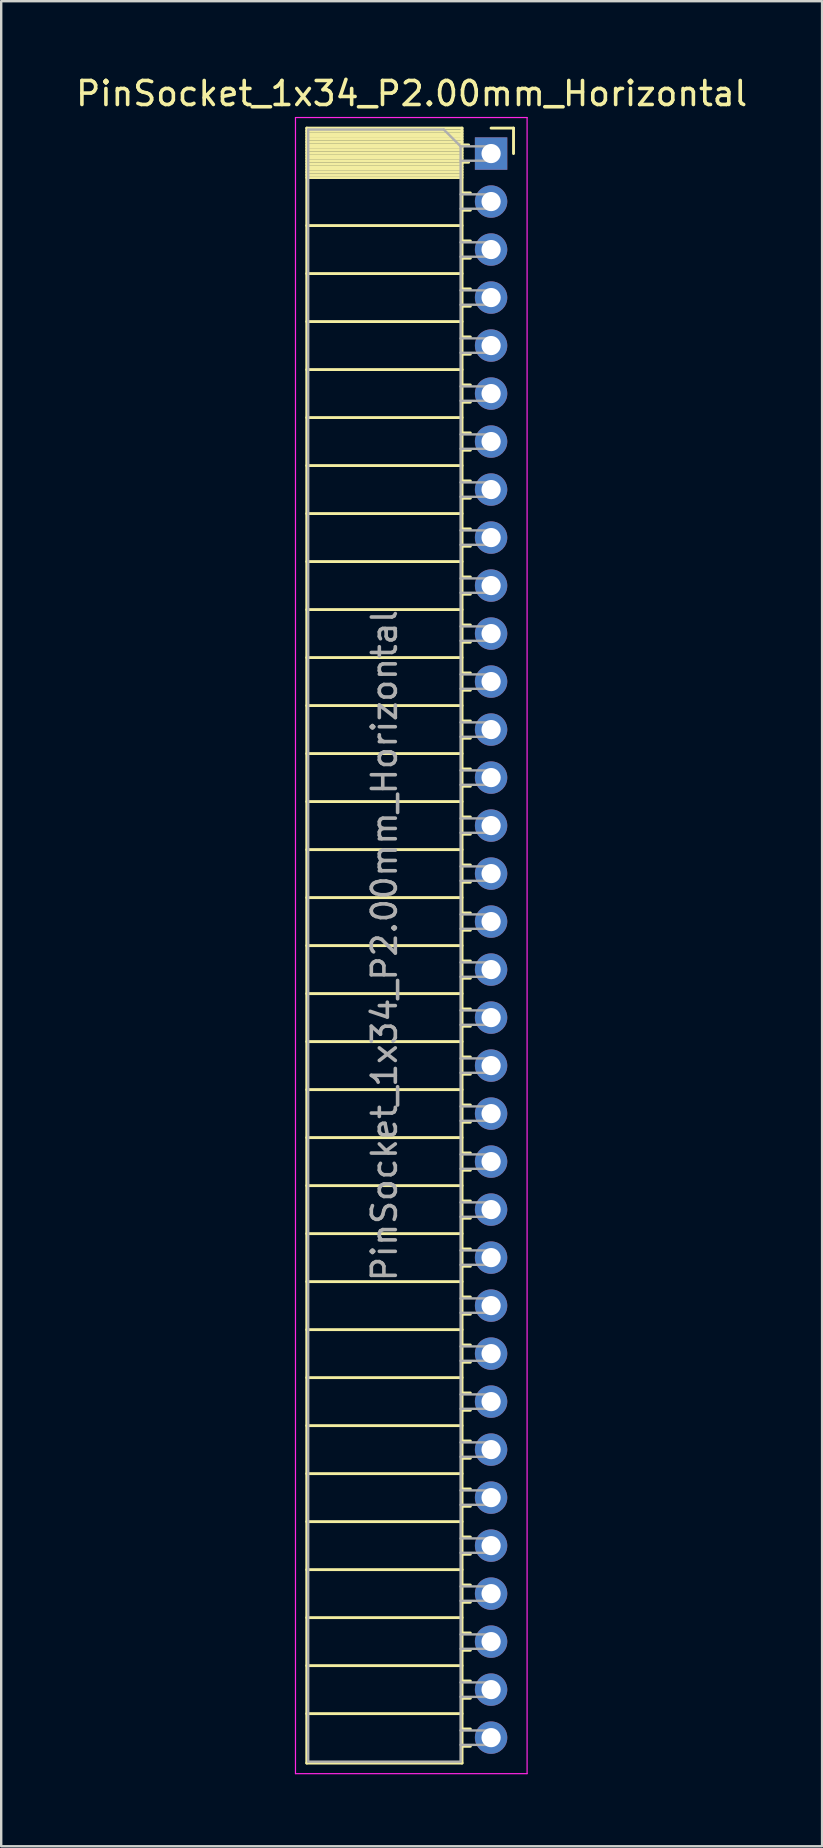
<source format=kicad_pcb>
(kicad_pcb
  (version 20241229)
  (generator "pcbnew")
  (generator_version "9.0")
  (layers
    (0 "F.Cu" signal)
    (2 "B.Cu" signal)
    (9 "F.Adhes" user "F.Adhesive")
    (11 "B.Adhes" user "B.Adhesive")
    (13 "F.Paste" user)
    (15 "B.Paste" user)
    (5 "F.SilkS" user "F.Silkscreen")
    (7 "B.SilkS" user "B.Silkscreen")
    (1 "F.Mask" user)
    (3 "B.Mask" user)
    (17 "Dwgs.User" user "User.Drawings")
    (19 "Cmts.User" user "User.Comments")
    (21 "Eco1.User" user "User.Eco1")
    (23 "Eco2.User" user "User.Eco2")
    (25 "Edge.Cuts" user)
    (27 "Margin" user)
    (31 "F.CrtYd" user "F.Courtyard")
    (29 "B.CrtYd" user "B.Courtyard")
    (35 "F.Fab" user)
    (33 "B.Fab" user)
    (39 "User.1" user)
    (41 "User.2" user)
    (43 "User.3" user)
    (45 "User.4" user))
  (footprint "PinSocket_1x34_P2.00mm_Horizontal"
    (layer "F.Cu")
    (at 17.411 3.348)
    (property "Reference" "PinSocket_1x34_P2.00mm_Horizontal" (at -3.31 -2.5 0) (layer "F.SilkS") (effects (font (size 1 1) (thickness 0.15))))
    (attr through_hole)
    (fp_line (start -7.68 -1.06) (end -7.68 67.06) (stroke (width 0.12) (type solid)) (layer "F.SilkS"))
    (fp_line (start -7.68 -1.06) (end -1.21 -1.06) (stroke (width 0.12) (type solid)) (layer "F.SilkS"))
    (fp_line (start -7.68 -0.94) (end -1.21 -0.94) (stroke (width 0.12) (type solid)) (layer "F.SilkS"))
    (fp_line (start -7.68 -0.826) (end -1.21 -0.826) (stroke (width 0.12) (type solid)) (layer "F.SilkS"))
    (fp_line (start -7.68 -0.712) (end -1.21 -0.712) (stroke (width 0.12) (type solid)) (layer "F.SilkS"))
    (fp_line (start -7.68 -0.598) (end -1.21 -0.598) (stroke (width 0.12) (type solid)) (layer "F.SilkS"))
    (fp_line (start -7.68 -0.484) (end -1.21 -0.484) (stroke (width 0.12) (type solid)) (layer "F.SilkS"))
    (fp_line (start -7.68 -0.369) (end -1.21 -0.369) (stroke (width 0.12) (type solid)) (layer "F.SilkS"))
    (fp_line (start -7.68 -0.255) (end -1.21 -0.255) (stroke (width 0.12) (type solid)) (layer "F.SilkS"))
    (fp_line (start -7.68 -0.141) (end -1.21 -0.141) (stroke (width 0.12) (type solid)) (layer "F.SilkS"))
    (fp_line (start -7.68 -0.027) (end -1.21 -0.027) (stroke (width 0.12) (type solid)) (layer "F.SilkS"))
    (fp_line (start -7.68 0.087) (end -1.21 0.087) (stroke (width 0.12) (type solid)) (layer "F.SilkS"))
    (fp_line (start -7.68 0.201) (end -1.21 0.201) (stroke (width 0.12) (type solid)) (layer "F.SilkS"))
    (fp_line (start -7.68 0.315) (end -1.21 0.315) (stroke (width 0.12) (type solid)) (layer "F.SilkS"))
    (fp_line (start -7.68 0.429) (end -1.21 0.429) (stroke (width 0.12) (type solid)) (layer "F.SilkS"))
    (fp_line (start -7.68 0.544) (end -1.21 0.544) (stroke (width 0.12) (type solid)) (layer "F.SilkS"))
    (fp_line (start -7.68 0.658) (end -1.21 0.658) (stroke (width 0.12) (type solid)) (layer "F.SilkS"))
    (fp_line (start -7.68 0.772) (end -1.21 0.772) (stroke (width 0.12) (type solid)) (layer "F.SilkS"))
    (fp_line (start -7.68 0.886) (end -1.21 0.886) (stroke (width 0.12) (type solid)) (layer "F.SilkS"))
    (fp_line (start -7.68 1) (end -1.21 1) (stroke (width 0.12) (type solid)) (layer "F.SilkS"))
    (fp_line (start -7.68 3) (end -1.21 3) (stroke (width 0.12) (type solid)) (layer "F.SilkS"))
    (fp_line (start -7.68 5) (end -1.21 5) (stroke (width 0.12) (type solid)) (layer "F.SilkS"))
    (fp_line (start -7.68 7) (end -1.21 7) (stroke (width 0.12) (type solid)) (layer "F.SilkS"))
    (fp_line (start -7.68 9) (end -1.21 9) (stroke (width 0.12) (type solid)) (layer "F.SilkS"))
    (fp_line (start -7.68 11) (end -1.21 11) (stroke (width 0.12) (type solid)) (layer "F.SilkS"))
    (fp_line (start -7.68 13) (end -1.21 13) (stroke (width 0.12) (type solid)) (layer "F.SilkS"))
    (fp_line (start -7.68 15) (end -1.21 15) (stroke (width 0.12) (type solid)) (layer "F.SilkS"))
    (fp_line (start -7.68 17) (end -1.21 17) (stroke (width 0.12) (type solid)) (layer "F.SilkS"))
    (fp_line (start -7.68 19) (end -1.21 19) (stroke (width 0.12) (type solid)) (layer "F.SilkS"))
    (fp_line (start -7.68 21) (end -1.21 21) (stroke (width 0.12) (type solid)) (layer "F.SilkS"))
    (fp_line (start -7.68 23) (end -1.21 23) (stroke (width 0.12) (type solid)) (layer "F.SilkS"))
    (fp_line (start -7.68 25) (end -1.21 25) (stroke (width 0.12) (type solid)) (layer "F.SilkS"))
    (fp_line (start -7.68 27) (end -1.21 27) (stroke (width 0.12) (type solid)) (layer "F.SilkS"))
    (fp_line (start -7.68 29) (end -1.21 29) (stroke (width 0.12) (type solid)) (layer "F.SilkS"))
    (fp_line (start -7.68 31) (end -1.21 31) (stroke (width 0.12) (type solid)) (layer "F.SilkS"))
    (fp_line (start -7.68 33) (end -1.21 33) (stroke (width 0.12) (type solid)) (layer "F.SilkS"))
    (fp_line (start -7.68 35) (end -1.21 35) (stroke (width 0.12) (type solid)) (layer "F.SilkS"))
    (fp_line (start -7.68 37) (end -1.21 37) (stroke (width 0.12) (type solid)) (layer "F.SilkS"))
    (fp_line (start -7.68 39) (end -1.21 39) (stroke (width 0.12) (type solid)) (layer "F.SilkS"))
    (fp_line (start -7.68 41) (end -1.21 41) (stroke (width 0.12) (type solid)) (layer "F.SilkS"))
    (fp_line (start -7.68 43) (end -1.21 43) (stroke (width 0.12) (type solid)) (layer "F.SilkS"))
    (fp_line (start -7.68 45) (end -1.21 45) (stroke (width 0.12) (type solid)) (layer "F.SilkS"))
    (fp_line (start -7.68 47) (end -1.21 47) (stroke (width 0.12) (type solid)) (layer "F.SilkS"))
    (fp_line (start -7.68 49) (end -1.21 49) (stroke (width 0.12) (type solid)) (layer "F.SilkS"))
    (fp_line (start -7.68 51) (end -1.21 51) (stroke (width 0.12) (type solid)) (layer "F.SilkS"))
    (fp_line (start -7.68 53) (end -1.21 53) (stroke (width 0.12) (type solid)) (layer "F.SilkS"))
    (fp_line (start -7.68 55) (end -1.21 55) (stroke (width 0.12) (type solid)) (layer "F.SilkS"))
    (fp_line (start -7.68 57) (end -1.21 57) (stroke (width 0.12) (type solid)) (layer "F.SilkS"))
    (fp_line (start -7.68 59) (end -1.21 59) (stroke (width 0.12) (type solid)) (layer "F.SilkS"))
    (fp_line (start -7.68 61) (end -1.21 61) (stroke (width 0.12) (type solid)) (layer "F.SilkS"))
    (fp_line (start -7.68 63) (end -1.21 63) (stroke (width 0.12) (type solid)) (layer "F.SilkS"))
    (fp_line (start -7.68 65) (end -1.21 65) (stroke (width 0.12) (type solid)) (layer "F.SilkS"))
    (fp_line (start -7.68 67.06) (end -1.21 67.06) (stroke (width 0.12) (type solid)) (layer "F.SilkS"))
    (fp_line (start -1.21 -1.06) (end -1.21 67.06) (stroke (width 0.12) (type solid)) (layer "F.SilkS"))
    (fp_line (start -1.21 -0.36) (end -0.935 -0.36) (stroke (width 0.12) (type solid)) (layer "F.SilkS"))
    (fp_line (start -1.21 0.36) (end -0.935 0.36) (stroke (width 0.12) (type solid)) (layer "F.SilkS"))
    (fp_line (start -1.21 1.64) (end -0.863 1.64) (stroke (width 0.12) (type solid)) (layer "F.SilkS"))
    (fp_line (start -1.21 2.36) (end -0.863 2.36) (stroke (width 0.12) (type solid)) (layer "F.SilkS"))
    (fp_line (start -1.21 3.64) (end -0.863 3.64) (stroke (width 0.12) (type solid)) (layer "F.SilkS"))
    (fp_line (start -1.21 4.36) (end -0.863 4.36) (stroke (width 0.12) (type solid)) (layer "F.SilkS"))
    (fp_line (start -1.21 5.64) (end -0.863 5.64) (stroke (width 0.12) (type solid)) (layer "F.SilkS"))
    (fp_line (start -1.21 6.36) (end -0.863 6.36) (stroke (width 0.12) (type solid)) (layer "F.SilkS"))
    (fp_line (start -1.21 7.64) (end -0.863 7.64) (stroke (width 0.12) (type solid)) (layer "F.SilkS"))
    (fp_line (start -1.21 8.36) (end -0.863 8.36) (stroke (width 0.12) (type solid)) (layer "F.SilkS"))
    (fp_line (start -1.21 9.64) (end -0.863 9.64) (stroke (width 0.12) (type solid)) (layer "F.SilkS"))
    (fp_line (start -1.21 10.36) (end -0.863 10.36) (stroke (width 0.12) (type solid)) (layer "F.SilkS"))
    (fp_line (start -1.21 11.64) (end -0.863 11.64) (stroke (width 0.12) (type solid)) (layer "F.SilkS"))
    (fp_line (start -1.21 12.36) (end -0.863 12.36) (stroke (width 0.12) (type solid)) (layer "F.SilkS"))
    (fp_line (start -1.21 13.64) (end -0.863 13.64) (stroke (width 0.12) (type solid)) (layer "F.SilkS"))
    (fp_line (start -1.21 14.36) (end -0.863 14.36) (stroke (width 0.12) (type solid)) (layer "F.SilkS"))
    (fp_line (start -1.21 15.64) (end -0.863 15.64) (stroke (width 0.12) (type solid)) (layer "F.SilkS"))
    (fp_line (start -1.21 16.36) (end -0.863 16.36) (stroke (width 0.12) (type solid)) (layer "F.SilkS"))
    (fp_line (start -1.21 17.64) (end -0.863 17.64) (stroke (width 0.12) (type solid)) (layer "F.SilkS"))
    (fp_line (start -1.21 18.36) (end -0.863 18.36) (stroke (width 0.12) (type solid)) (layer "F.SilkS"))
    (fp_line (start -1.21 19.64) (end -0.863 19.64) (stroke (width 0.12) (type solid)) (layer "F.SilkS"))
    (fp_line (start -1.21 20.36) (end -0.863 20.36) (stroke (width 0.12) (type solid)) (layer "F.SilkS"))
    (fp_line (start -1.21 21.64) (end -0.863 21.64) (stroke (width 0.12) (type solid)) (layer "F.SilkS"))
    (fp_line (start -1.21 22.36) (end -0.863 22.36) (stroke (width 0.12) (type solid)) (layer "F.SilkS"))
    (fp_line (start -1.21 23.64) (end -0.863 23.64) (stroke (width 0.12) (type solid)) (layer "F.SilkS"))
    (fp_line (start -1.21 24.36) (end -0.863 24.36) (stroke (width 0.12) (type solid)) (layer "F.SilkS"))
    (fp_line (start -1.21 25.64) (end -0.863 25.64) (stroke (width 0.12) (type solid)) (layer "F.SilkS"))
    (fp_line (start -1.21 26.36) (end -0.863 26.36) (stroke (width 0.12) (type solid)) (layer "F.SilkS"))
    (fp_line (start -1.21 27.64) (end -0.863 27.64) (stroke (width 0.12) (type solid)) (layer "F.SilkS"))
    (fp_line (start -1.21 28.36) (end -0.863 28.36) (stroke (width 0.12) (type solid)) (layer "F.SilkS"))
    (fp_line (start -1.21 29.64) (end -0.863 29.64) (stroke (width 0.12) (type solid)) (layer "F.SilkS"))
    (fp_line (start -1.21 30.36) (end -0.863 30.36) (stroke (width 0.12) (type solid)) (layer "F.SilkS"))
    (fp_line (start -1.21 31.64) (end -0.863 31.64) (stroke (width 0.12) (type solid)) (layer "F.SilkS"))
    (fp_line (start -1.21 32.36) (end -0.863 32.36) (stroke (width 0.12) (type solid)) (layer "F.SilkS"))
    (fp_line (start -1.21 33.64) (end -0.863 33.64) (stroke (width 0.12) (type solid)) (layer "F.SilkS"))
    (fp_line (start -1.21 34.36) (end -0.863 34.36) (stroke (width 0.12) (type solid)) (layer "F.SilkS"))
    (fp_line (start -1.21 35.64) (end -0.863 35.64) (stroke (width 0.12) (type solid)) (layer "F.SilkS"))
    (fp_line (start -1.21 36.36) (end -0.863 36.36) (stroke (width 0.12) (type solid)) (layer "F.SilkS"))
    (fp_line (start -1.21 37.64) (end -0.863 37.64) (stroke (width 0.12) (type solid)) (layer "F.SilkS"))
    (fp_line (start -1.21 38.36) (end -0.863 38.36) (stroke (width 0.12) (type solid)) (layer "F.SilkS"))
    (fp_line (start -1.21 39.64) (end -0.863 39.64) (stroke (width 0.12) (type solid)) (layer "F.SilkS"))
    (fp_line (start -1.21 40.36) (end -0.863 40.36) (stroke (width 0.12) (type solid)) (layer "F.SilkS"))
    (fp_line (start -1.21 41.64) (end -0.863 41.64) (stroke (width 0.12) (type solid)) (layer "F.SilkS"))
    (fp_line (start -1.21 42.36) (end -0.863 42.36) (stroke (width 0.12) (type solid)) (layer "F.SilkS"))
    (fp_line (start -1.21 43.64) (end -0.863 43.64) (stroke (width 0.12) (type solid)) (layer "F.SilkS"))
    (fp_line (start -1.21 44.36) (end -0.863 44.36) (stroke (width 0.12) (type solid)) (layer "F.SilkS"))
    (fp_line (start -1.21 45.64) (end -0.863 45.64) (stroke (width 0.12) (type solid)) (layer "F.SilkS"))
    (fp_line (start -1.21 46.36) (end -0.863 46.36) (stroke (width 0.12) (type solid)) (layer "F.SilkS"))
    (fp_line (start -1.21 47.64) (end -0.863 47.64) (stroke (width 0.12) (type solid)) (layer "F.SilkS"))
    (fp_line (start -1.21 48.36) (end -0.863 48.36) (stroke (width 0.12) (type solid)) (layer "F.SilkS"))
    (fp_line (start -1.21 49.64) (end -0.863 49.64) (stroke (width 0.12) (type solid)) (layer "F.SilkS"))
    (fp_line (start -1.21 50.36) (end -0.863 50.36) (stroke (width 0.12) (type solid)) (layer "F.SilkS"))
    (fp_line (start -1.21 51.64) (end -0.863 51.64) (stroke (width 0.12) (type solid)) (layer "F.SilkS"))
    (fp_line (start -1.21 52.36) (end -0.863 52.36) (stroke (width 0.12) (type solid)) (layer "F.SilkS"))
    (fp_line (start -1.21 53.64) (end -0.863 53.64) (stroke (width 0.12) (type solid)) (layer "F.SilkS"))
    (fp_line (start -1.21 54.36) (end -0.863 54.36) (stroke (width 0.12) (type solid)) (layer "F.SilkS"))
    (fp_line (start -1.21 55.64) (end -0.863 55.64) (stroke (width 0.12) (type solid)) (layer "F.SilkS"))
    (fp_line (start -1.21 56.36) (end -0.863 56.36) (stroke (width 0.12) (type solid)) (layer "F.SilkS"))
    (fp_line (start -1.21 57.64) (end -0.863 57.64) (stroke (width 0.12) (type solid)) (layer "F.SilkS"))
    (fp_line (start -1.21 58.36) (end -0.863 58.36) (stroke (width 0.12) (type solid)) (layer "F.SilkS"))
    (fp_line (start -1.21 59.64) (end -0.863 59.64) (stroke (width 0.12) (type solid)) (layer "F.SilkS"))
    (fp_line (start -1.21 60.36) (end -0.863 60.36) (stroke (width 0.12) (type solid)) (layer "F.SilkS"))
    (fp_line (start -1.21 61.64) (end -0.863 61.64) (stroke (width 0.12) (type solid)) (layer "F.SilkS"))
    (fp_line (start -1.21 62.36) (end -0.863 62.36) (stroke (width 0.12) (type solid)) (layer "F.SilkS"))
    (fp_line (start -1.21 63.64) (end -0.863 63.64) (stroke (width 0.12) (type solid)) (layer "F.SilkS"))
    (fp_line (start -1.21 64.36) (end -0.863 64.36) (stroke (width 0.12) (type solid)) (layer "F.SilkS"))
    (fp_line (start -1.21 65.64) (end -0.863 65.64) (stroke (width 0.12) (type solid)) (layer "F.SilkS"))
    (fp_line (start -1.21 66.36) (end -0.863 66.36) (stroke (width 0.12) (type solid)) (layer "F.SilkS"))
    (fp_line (start 0 -1.06) (end 0.935 -1.06) (stroke (width 0.12) (type solid)) (layer "F.SilkS"))
    (fp_line (start 0.935 -1.06) (end 0.935 0) (stroke (width 0.12) (type solid)) (layer "F.SilkS"))
    (fp_line (start -8.15 -1.5) (end -8.15 67.5) (stroke (width 0.05) (type solid)) (layer "F.CrtYd"))
    (fp_line (start -8.15 67.5) (end 1.5 67.5) (stroke (width 0.05) (type solid)) (layer "F.CrtYd"))
    (fp_line (start 1.5 -1.5) (end -8.15 -1.5) (stroke (width 0.05) (type solid)) (layer "F.CrtYd"))
    (fp_line (start 1.5 67.5) (end 1.5 -1.5) (stroke (width 0.05) (type solid)) (layer "F.CrtYd"))
    (fp_line (start -7.62 -1) (end -1.97 -1) (stroke (width 0.1) (type solid)) (layer "F.Fab"))
    (fp_line (start -7.62 67) (end -7.62 -1) (stroke (width 0.1) (type solid)) (layer "F.Fab"))
    (fp_line (start -1.97 -1) (end -1.27 -0.3) (stroke (width 0.1) (type solid)) (layer "F.Fab"))
    (fp_line (start -1.27 -0.3) (end -1.27 67) (stroke (width 0.1) (type solid)) (layer "F.Fab"))
    (fp_line (start -1.27 0.3) (end 0 0.3) (stroke (width 0.1) (type solid)) (layer "F.Fab"))
    (fp_line (start -1.27 2.3) (end 0 2.3) (stroke (width 0.1) (type solid)) (layer "F.Fab"))
    (fp_line (start -1.27 4.3) (end 0 4.3) (stroke (width 0.1) (type solid)) (layer "F.Fab"))
    (fp_line (start -1.27 6.3) (end 0 6.3) (stroke (width 0.1) (type solid)) (layer "F.Fab"))
    (fp_line (start -1.27 8.3) (end 0 8.3) (stroke (width 0.1) (type solid)) (layer "F.Fab"))
    (fp_line (start -1.27 10.3) (end 0 10.3) (stroke (width 0.1) (type solid)) (layer "F.Fab"))
    (fp_line (start -1.27 12.3) (end 0 12.3) (stroke (width 0.1) (type solid)) (layer "F.Fab"))
    (fp_line (start -1.27 14.3) (end 0 14.3) (stroke (width 0.1) (type solid)) (layer "F.Fab"))
    (fp_line (start -1.27 16.3) (end 0 16.3) (stroke (width 0.1) (type solid)) (layer "F.Fab"))
    (fp_line (start -1.27 18.3) (end 0 18.3) (stroke (width 0.1) (type solid)) (layer "F.Fab"))
    (fp_line (start -1.27 20.3) (end 0 20.3) (stroke (width 0.1) (type solid)) (layer "F.Fab"))
    (fp_line (start -1.27 22.3) (end 0 22.3) (stroke (width 0.1) (type solid)) (layer "F.Fab"))
    (fp_line (start -1.27 24.3) (end 0 24.3) (stroke (width 0.1) (type solid)) (layer "F.Fab"))
    (fp_line (start -1.27 26.3) (end 0 26.3) (stroke (width 0.1) (type solid)) (layer "F.Fab"))
    (fp_line (start -1.27 28.3) (end 0 28.3) (stroke (width 0.1) (type solid)) (layer "F.Fab"))
    (fp_line (start -1.27 30.3) (end 0 30.3) (stroke (width 0.1) (type solid)) (layer "F.Fab"))
    (fp_line (start -1.27 32.3) (end 0 32.3) (stroke (width 0.1) (type solid)) (layer "F.Fab"))
    (fp_line (start -1.27 34.3) (end 0 34.3) (stroke (width 0.1) (type solid)) (layer "F.Fab"))
    (fp_line (start -1.27 36.3) (end 0 36.3) (stroke (width 0.1) (type solid)) (layer "F.Fab"))
    (fp_line (start -1.27 38.3) (end 0 38.3) (stroke (width 0.1) (type solid)) (layer "F.Fab"))
    (fp_line (start -1.27 40.3) (end 0 40.3) (stroke (width 0.1) (type solid)) (layer "F.Fab"))
    (fp_line (start -1.27 42.3) (end 0 42.3) (stroke (width 0.1) (type solid)) (layer "F.Fab"))
    (fp_line (start -1.27 44.3) (end 0 44.3) (stroke (width 0.1) (type solid)) (layer "F.Fab"))
    (fp_line (start -1.27 46.3) (end 0 46.3) (stroke (width 0.1) (type solid)) (layer "F.Fab"))
    (fp_line (start -1.27 48.3) (end 0 48.3) (stroke (width 0.1) (type solid)) (layer "F.Fab"))
    (fp_line (start -1.27 50.3) (end 0 50.3) (stroke (width 0.1) (type solid)) (layer "F.Fab"))
    (fp_line (start -1.27 52.3) (end 0 52.3) (stroke (width 0.1) (type solid)) (layer "F.Fab"))
    (fp_line (start -1.27 54.3) (end 0 54.3) (stroke (width 0.1) (type solid)) (layer "F.Fab"))
    (fp_line (start -1.27 56.3) (end 0 56.3) (stroke (width 0.1) (type solid)) (layer "F.Fab"))
    (fp_line (start -1.27 58.3) (end 0 58.3) (stroke (width 0.1) (type solid)) (layer "F.Fab"))
    (fp_line (start -1.27 60.3) (end 0 60.3) (stroke (width 0.1) (type solid)) (layer "F.Fab"))
    (fp_line (start -1.27 62.3) (end 0 62.3) (stroke (width 0.1) (type solid)) (layer "F.Fab"))
    (fp_line (start -1.27 64.3) (end 0 64.3) (stroke (width 0.1) (type solid)) (layer "F.Fab"))
    (fp_line (start -1.27 66.3) (end 0 66.3) (stroke (width 0.1) (type solid)) (layer "F.Fab"))
    (fp_line (start -1.27 67) (end -7.62 67) (stroke (width 0.1) (type solid)) (layer "F.Fab"))
    (fp_line (start 0 -0.3) (end -1.27 -0.3) (stroke (width 0.1) (type solid)) (layer "F.Fab"))
    (fp_line (start 0 0.3) (end 0 -0.3) (stroke (width 0.1) (type solid)) (layer "F.Fab"))
    (fp_line (start 0 1.7) (end -1.27 1.7) (stroke (width 0.1) (type solid)) (layer "F.Fab"))
    (fp_line (start 0 2.3) (end 0 1.7) (stroke (width 0.1) (type solid)) (layer "F.Fab"))
    (fp_line (start 0 3.7) (end -1.27 3.7) (stroke (width 0.1) (type solid)) (layer "F.Fab"))
    (fp_line (start 0 4.3) (end 0 3.7) (stroke (width 0.1) (type solid)) (layer "F.Fab"))
    (fp_line (start 0 5.7) (end -1.27 5.7) (stroke (width 0.1) (type solid)) (layer "F.Fab"))
    (fp_line (start 0 6.3) (end 0 5.7) (stroke (width 0.1) (type solid)) (layer "F.Fab"))
    (fp_line (start 0 7.7) (end -1.27 7.7) (stroke (width 0.1) (type solid)) (layer "F.Fab"))
    (fp_line (start 0 8.3) (end 0 7.7) (stroke (width 0.1) (type solid)) (layer "F.Fab"))
    (fp_line (start 0 9.7) (end -1.27 9.7) (stroke (width 0.1) (type solid)) (layer "F.Fab"))
    (fp_line (start 0 10.3) (end 0 9.7) (stroke (width 0.1) (type solid)) (layer "F.Fab"))
    (fp_line (start 0 11.7) (end -1.27 11.7) (stroke (width 0.1) (type solid)) (layer "F.Fab"))
    (fp_line (start 0 12.3) (end 0 11.7) (stroke (width 0.1) (type solid)) (layer "F.Fab"))
    (fp_line (start 0 13.7) (end -1.27 13.7) (stroke (width 0.1) (type solid)) (layer "F.Fab"))
    (fp_line (start 0 14.3) (end 0 13.7) (stroke (width 0.1) (type solid)) (layer "F.Fab"))
    (fp_line (start 0 15.7) (end -1.27 15.7) (stroke (width 0.1) (type solid)) (layer "F.Fab"))
    (fp_line (start 0 16.3) (end 0 15.7) (stroke (width 0.1) (type solid)) (layer "F.Fab"))
    (fp_line (start 0 17.7) (end -1.27 17.7) (stroke (width 0.1) (type solid)) (layer "F.Fab"))
    (fp_line (start 0 18.3) (end 0 17.7) (stroke (width 0.1) (type solid)) (layer "F.Fab"))
    (fp_line (start 0 19.7) (end -1.27 19.7) (stroke (width 0.1) (type solid)) (layer "F.Fab"))
    (fp_line (start 0 20.3) (end 0 19.7) (stroke (width 0.1) (type solid)) (layer "F.Fab"))
    (fp_line (start 0 21.7) (end -1.27 21.7) (stroke (width 0.1) (type solid)) (layer "F.Fab"))
    (fp_line (start 0 22.3) (end 0 21.7) (stroke (width 0.1) (type solid)) (layer "F.Fab"))
    (fp_line (start 0 23.7) (end -1.27 23.7) (stroke (width 0.1) (type solid)) (layer "F.Fab"))
    (fp_line (start 0 24.3) (end 0 23.7) (stroke (width 0.1) (type solid)) (layer "F.Fab"))
    (fp_line (start 0 25.7) (end -1.27 25.7) (stroke (width 0.1) (type solid)) (layer "F.Fab"))
    (fp_line (start 0 26.3) (end 0 25.7) (stroke (width 0.1) (type solid)) (layer "F.Fab"))
    (fp_line (start 0 27.7) (end -1.27 27.7) (stroke (width 0.1) (type solid)) (layer "F.Fab"))
    (fp_line (start 0 28.3) (end 0 27.7) (stroke (width 0.1) (type solid)) (layer "F.Fab"))
    (fp_line (start 0 29.7) (end -1.27 29.7) (stroke (width 0.1) (type solid)) (layer "F.Fab"))
    (fp_line (start 0 30.3) (end 0 29.7) (stroke (width 0.1) (type solid)) (layer "F.Fab"))
    (fp_line (start 0 31.7) (end -1.27 31.7) (stroke (width 0.1) (type solid)) (layer "F.Fab"))
    (fp_line (start 0 32.3) (end 0 31.7) (stroke (width 0.1) (type solid)) (layer "F.Fab"))
    (fp_line (start 0 33.7) (end -1.27 33.7) (stroke (width 0.1) (type solid)) (layer "F.Fab"))
    (fp_line (start 0 34.3) (end 0 33.7) (stroke (width 0.1) (type solid)) (layer "F.Fab"))
    (fp_line (start 0 35.7) (end -1.27 35.7) (stroke (width 0.1) (type solid)) (layer "F.Fab"))
    (fp_line (start 0 36.3) (end 0 35.7) (stroke (width 0.1) (type solid)) (layer "F.Fab"))
    (fp_line (start 0 37.7) (end -1.27 37.7) (stroke (width 0.1) (type solid)) (layer "F.Fab"))
    (fp_line (start 0 38.3) (end 0 37.7) (stroke (width 0.1) (type solid)) (layer "F.Fab"))
    (fp_line (start 0 39.7) (end -1.27 39.7) (stroke (width 0.1) (type solid)) (layer "F.Fab"))
    (fp_line (start 0 40.3) (end 0 39.7) (stroke (width 0.1) (type solid)) (layer "F.Fab"))
    (fp_line (start 0 41.7) (end -1.27 41.7) (stroke (width 0.1) (type solid)) (layer "F.Fab"))
    (fp_line (start 0 42.3) (end 0 41.7) (stroke (width 0.1) (type solid)) (layer "F.Fab"))
    (fp_line (start 0 43.7) (end -1.27 43.7) (stroke (width 0.1) (type solid)) (layer "F.Fab"))
    (fp_line (start 0 44.3) (end 0 43.7) (stroke (width 0.1) (type solid)) (layer "F.Fab"))
    (fp_line (start 0 45.7) (end -1.27 45.7) (stroke (width 0.1) (type solid)) (layer "F.Fab"))
    (fp_line (start 0 46.3) (end 0 45.7) (stroke (width 0.1) (type solid)) (layer "F.Fab"))
    (fp_line (start 0 47.7) (end -1.27 47.7) (stroke (width 0.1) (type solid)) (layer "F.Fab"))
    (fp_line (start 0 48.3) (end 0 47.7) (stroke (width 0.1) (type solid)) (layer "F.Fab"))
    (fp_line (start 0 49.7) (end -1.27 49.7) (stroke (width 0.1) (type solid)) (layer "F.Fab"))
    (fp_line (start 0 50.3) (end 0 49.7) (stroke (width 0.1) (type solid)) (layer "F.Fab"))
    (fp_line (start 0 51.7) (end -1.27 51.7) (stroke (width 0.1) (type solid)) (layer "F.Fab"))
    (fp_line (start 0 52.3) (end 0 51.7) (stroke (width 0.1) (type solid)) (layer "F.Fab"))
    (fp_line (start 0 53.7) (end -1.27 53.7) (stroke (width 0.1) (type solid)) (layer "F.Fab"))
    (fp_line (start 0 54.3) (end 0 53.7) (stroke (width 0.1) (type solid)) (layer "F.Fab"))
    (fp_line (start 0 55.7) (end -1.27 55.7) (stroke (width 0.1) (type solid)) (layer "F.Fab"))
    (fp_line (start 0 56.3) (end 0 55.7) (stroke (width 0.1) (type solid)) (layer "F.Fab"))
    (fp_line (start 0 57.7) (end -1.27 57.7) (stroke (width 0.1) (type solid)) (layer "F.Fab"))
    (fp_line (start 0 58.3) (end 0 57.7) (stroke (width 0.1) (type solid)) (layer "F.Fab"))
    (fp_line (start 0 59.7) (end -1.27 59.7) (stroke (width 0.1) (type solid)) (layer "F.Fab"))
    (fp_line (start 0 60.3) (end 0 59.7) (stroke (width 0.1) (type solid)) (layer "F.Fab"))
    (fp_line (start 0 61.7) (end -1.27 61.7) (stroke (width 0.1) (type solid)) (layer "F.Fab"))
    (fp_line (start 0 62.3) (end 0 61.7) (stroke (width 0.1) (type solid)) (layer "F.Fab"))
    (fp_line (start 0 63.7) (end -1.27 63.7) (stroke (width 0.1) (type solid)) (layer "F.Fab"))
    (fp_line (start 0 64.3) (end 0 63.7) (stroke (width 0.1) (type solid)) (layer "F.Fab"))
    (fp_line (start 0 65.7) (end -1.27 65.7) (stroke (width 0.1) (type solid)) (layer "F.Fab"))
    (fp_line (start 0 66.3) (end 0 65.7) (stroke (width 0.1) (type solid)) (layer "F.Fab"))
    (fp_text user "${REFERENCE}" (at -4.445 33 90) (layer "F.Fab") (effects (font (size 1 1) (thickness 0.15))))
    (pad "1" thru_hole rect (at 0 0) (size 1.35 1.35) (drill 0.8) (layers "*.Cu" "*.Mask"))
    (pad "2" thru_hole oval (at 0 2) (size 1.35 1.35) (drill 0.8) (layers "*.Cu" "*.Mask"))
    (pad "3" thru_hole oval (at 0 4) (size 1.35 1.35) (drill 0.8) (layers "*.Cu" "*.Mask"))
    (pad "4" thru_hole oval (at 0 6) (size 1.35 1.35) (drill 0.8) (layers "*.Cu" "*.Mask"))
    (pad "5" thru_hole oval (at 0 8) (size 1.35 1.35) (drill 0.8) (layers "*.Cu" "*.Mask"))
    (pad "6" thru_hole oval (at 0 10) (size 1.35 1.35) (drill 0.8) (layers "*.Cu" "*.Mask"))
    (pad "7" thru_hole oval (at 0 12) (size 1.35 1.35) (drill 0.8) (layers "*.Cu" "*.Mask"))
    (pad "8" thru_hole oval (at 0 14) (size 1.35 1.35) (drill 0.8) (layers "*.Cu" "*.Mask"))
    (pad "9" thru_hole oval (at 0 16) (size 1.35 1.35) (drill 0.8) (layers "*.Cu" "*.Mask"))
    (pad "10" thru_hole oval (at 0 18) (size 1.35 1.35) (drill 0.8) (layers "*.Cu" "*.Mask"))
    (pad "11" thru_hole oval (at 0 20) (size 1.35 1.35) (drill 0.8) (layers "*.Cu" "*.Mask"))
    (pad "12" thru_hole oval (at 0 22) (size 1.35 1.35) (drill 0.8) (layers "*.Cu" "*.Mask"))
    (pad "13" thru_hole oval (at 0 24) (size 1.35 1.35) (drill 0.8) (layers "*.Cu" "*.Mask"))
    (pad "14" thru_hole oval (at 0 26) (size 1.35 1.35) (drill 0.8) (layers "*.Cu" "*.Mask"))
    (pad "15" thru_hole oval (at 0 28) (size 1.35 1.35) (drill 0.8) (layers "*.Cu" "*.Mask"))
    (pad "16" thru_hole oval (at 0 30) (size 1.35 1.35) (drill 0.8) (layers "*.Cu" "*.Mask"))
    (pad "17" thru_hole oval (at 0 32) (size 1.35 1.35) (drill 0.8) (layers "*.Cu" "*.Mask"))
    (pad "18" thru_hole oval (at 0 34) (size 1.35 1.35) (drill 0.8) (layers "*.Cu" "*.Mask"))
    (pad "19" thru_hole oval (at 0 36) (size 1.35 1.35) (drill 0.8) (layers "*.Cu" "*.Mask"))
    (pad "20" thru_hole oval (at 0 38) (size 1.35 1.35) (drill 0.8) (layers "*.Cu" "*.Mask"))
    (pad "21" thru_hole oval (at 0 40) (size 1.35 1.35) (drill 0.8) (layers "*.Cu" "*.Mask"))
    (pad "22" thru_hole oval (at 0 42) (size 1.35 1.35) (drill 0.8) (layers "*.Cu" "*.Mask"))
    (pad "23" thru_hole oval (at 0 44) (size 1.35 1.35) (drill 0.8) (layers "*.Cu" "*.Mask"))
    (pad "24" thru_hole oval (at 0 46) (size 1.35 1.35) (drill 0.8) (layers "*.Cu" "*.Mask"))
    (pad "25" thru_hole oval (at 0 48) (size 1.35 1.35) (drill 0.8) (layers "*.Cu" "*.Mask"))
    (pad "26" thru_hole oval (at 0 50) (size 1.35 1.35) (drill 0.8) (layers "*.Cu" "*.Mask"))
    (pad "27" thru_hole oval (at 0 52) (size 1.35 1.35) (drill 0.8) (layers "*.Cu" "*.Mask"))
    (pad "28" thru_hole oval (at 0 54) (size 1.35 1.35) (drill 0.8) (layers "*.Cu" "*.Mask"))
    (pad "29" thru_hole oval (at 0 56) (size 1.35 1.35) (drill 0.8) (layers "*.Cu" "*.Mask"))
    (pad "30" thru_hole oval (at 0 58) (size 1.35 1.35) (drill 0.8) (layers "*.Cu" "*.Mask"))
    (pad "31" thru_hole oval (at 0 60) (size 1.35 1.35) (drill 0.8) (layers "*.Cu" "*.Mask"))
    (pad "32" thru_hole oval (at 0 62) (size 1.35 1.35) (drill 0.8) (layers "*.Cu" "*.Mask"))
    (pad "33" thru_hole oval (at 0 64) (size 1.35 1.35) (drill 0.8) (layers "*.Cu" "*.Mask"))
    (pad "34" thru_hole oval (at 0 66) (size 1.35 1.35) (drill 0.8) (layers "*.Cu" "*.Mask")))
  (gr_rect
    (start -3 -3)
    (end 31.202 73.873)
    (stroke (width 0.1) (type default))
    (fill no)
    (layer "Edge.Cuts")))
</source>
